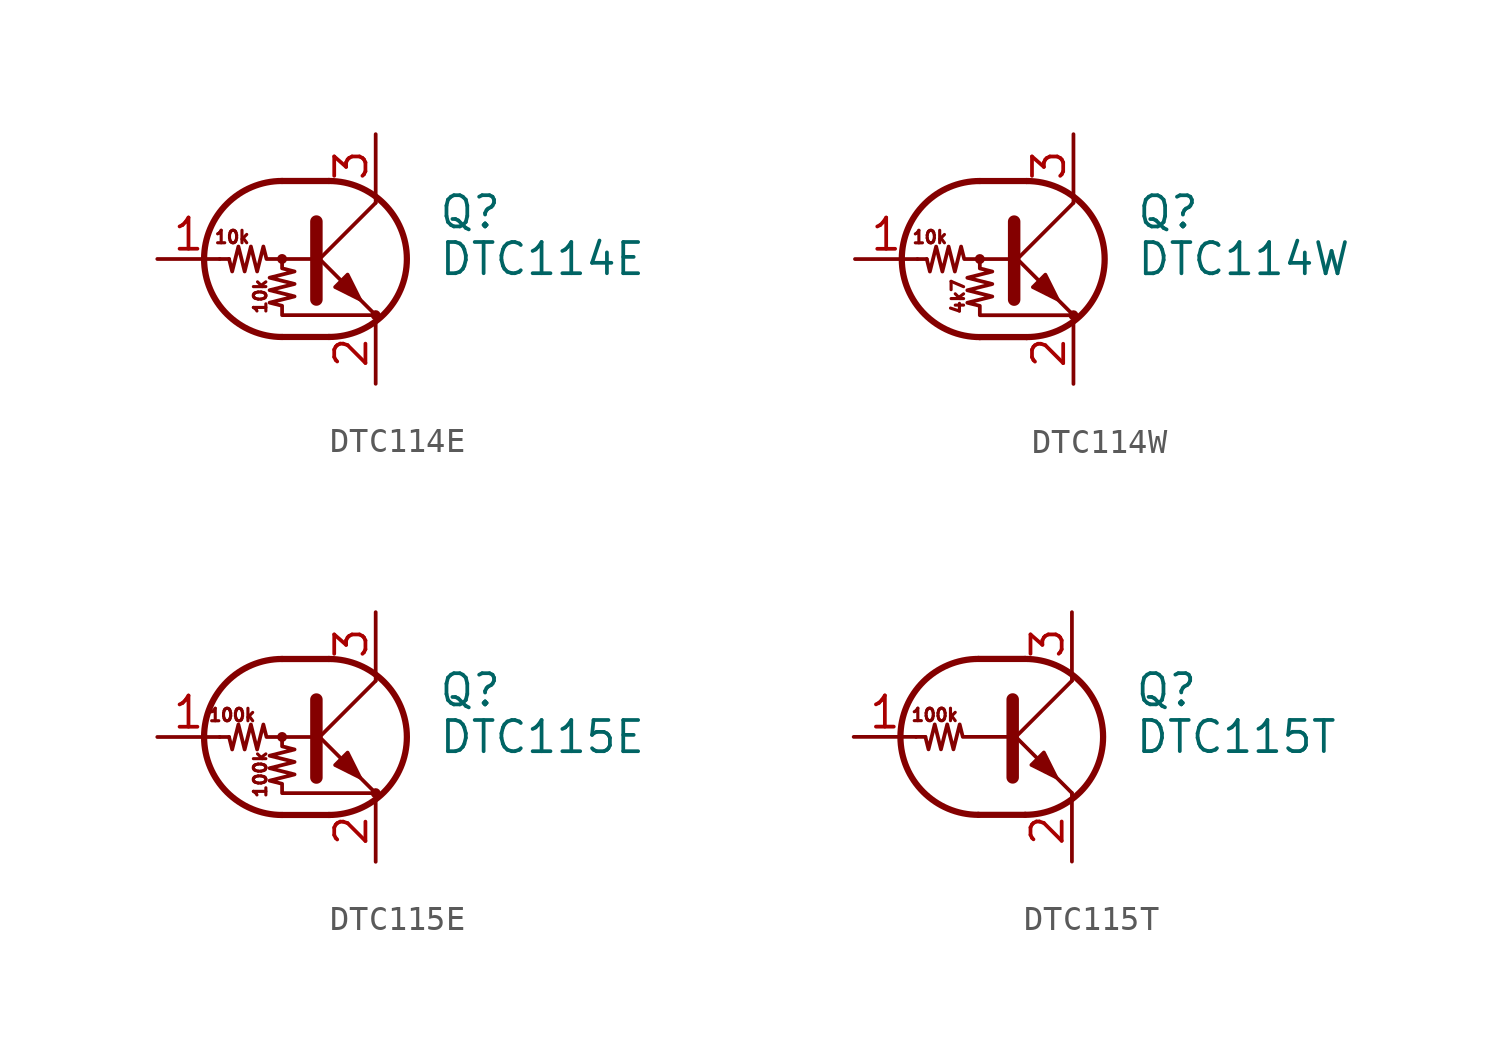
<source format=kicad_sym>
(kicad_symbol_lib
  (version 20241209)
  (generator "kicad_symbol_editor")
  (generator_version "9.0")
  (symbol "DTC114E"
    (pin_names
      (offset 0)
      (hide yes))
    (property "Reference" "Q"
      (at 5.08 1.905 0)
      (effects (font (size 1.27 1.27)) (justify left)))
    (property "Value" "DTC114E"
      (at 5.08 0 0)
      (effects (font (size 1.27 1.27)) (justify left)))
    (symbol "DTC114E_0_0"
      (text "10k" (at -3.302 0.889 0) (effects (font (size 0.508 0.508))))
      (text "10k" (at -2.159 -1.524 900) (effects (font (size 0.508 0.508)))))
    (symbol "DTC114E_0_1"
      (polyline (pts (xy -3.429 0) (xy -3.81 0)) (stroke (width 0) (type default)) (fill (type none)))
      (polyline (pts (xy -1.27 3.175) (xy 0.635 3.175)) (stroke (width 0.254) (type default)) (fill (type none)))
      (circle (center -1.27 0) (radius 0.127) (stroke (width 0) (type default)) (fill (type none)))
      (polyline (pts (xy -1.27 0) (xy -1.27 -0.381) (xy -0.762 -0.508) (xy -1.778 -0.762) (xy -0.762 -1.016) (xy -1.778 -1.27) (xy -0.762 -1.524) (xy -1.778 -1.778) (xy -1.27 -1.905) (xy -1.27 -2.286) (xy 2.54 -2.286)) (stroke (width 0) (type default)) (fill (type none)))
      (polyline (pts (xy -1.27 -3.175) (xy 0.635 -3.175)) (stroke (width 0.254) (type default)) (fill (type none)))
      (arc (start -1.27 -3.175) (mid -4.4312 0) (end -1.27 3.175) (stroke (width 0.254) (type default)) (fill (type none)))
      (polyline (pts (xy 0 0) (xy -1.905 0) (xy -2.032 0.508) (xy -2.286 -0.508) (xy -2.54 0.508) (xy -2.794 -0.508) (xy -3.048 0.508) (xy -3.302 -0.508) (xy -3.429 0)) (stroke (width 0) (type default)) (fill (type none)))
      (polyline (pts (xy 0 -0.254) (xy 2.54 2.286)) (stroke (width 0) (type default)) (fill (type none)))
      (polyline (pts (xy 0.127 1.524) (xy 0.127 -1.651)) (stroke (width 0.508) (type default)) (fill (type outline)))
      (arc (start 0.635 3.175) (mid 3.7962 0) (end 0.635 -3.175) (stroke (width 0.254) (type default)) (fill (type none)))
      (polyline (pts (xy 0.889 -1.143) (xy 1.397 -0.635) (xy 1.905 -1.651) (xy 0.889 -1.143)) (stroke (width 0) (type default)) (fill (type outline)))
      (polyline (pts (xy 2.54 2.286) (xy 2.54 2.54)) (stroke (width 0) (type default)) (fill (type none)))
      (polyline (pts (xy 2.54 -2.286) (xy 0 0.254) (xy 0 0.254)) (stroke (width 0) (type default)) (fill (type none)))
      (circle (center 2.54 -2.286) (radius 0.127) (stroke (width 0) (type default)) (fill (type none))))
    (symbol "DTC114E_1_1"
      (pin input line (at -6.35 0 0) (length 2.54) (name "B" (effects (font (size 1.27 1.27)))) (number "1" (effects (font (size 1.27 1.27)))))
      (pin passive line (at 2.54 5.08 270) (length 2.54) (name "C" (effects (font (size 1.27 1.27)))) (number "3" (effects (font (size 1.27 1.27)))))
      (pin passive line (at 2.54 -5.08 90) (length 2.54) (name "E" (effects (font (size 1.27 1.27)))) (number "2" (effects (font (size 1.27 1.27)))))))
  (symbol "DTC114W"
    (pin_names
      (offset 0)
      (hide yes))
    (property "Reference" "Q"
      (at 5.08 1.905 0)
      (effects (font (size 1.27 1.27)) (justify left)))
    (property "Value" "DTC114W"
      (at 5.08 0 0)
      (effects (font (size 1.27 1.27)) (justify left)))
    (symbol "DTC114W_0_0"
      (text "10k" (at -3.302 0.889 0) (effects (font (size 0.508 0.508))))
      (text "4k7" (at -2.159 -1.524 900) (effects (font (size 0.508 0.508)))))
    (symbol "DTC114W_0_1"
      (polyline (pts (xy -3.429 0) (xy -3.81 0)) (stroke (width 0) (type default)) (fill (type none)))
      (polyline (pts (xy -1.27 3.175) (xy 0.635 3.175)) (stroke (width 0.254) (type default)) (fill (type none)))
      (circle (center -1.27 0) (radius 0.127) (stroke (width 0) (type default)) (fill (type none)))
      (polyline (pts (xy -1.27 0) (xy -1.27 -0.381) (xy -0.762 -0.508) (xy -1.778 -0.762) (xy -0.762 -1.016) (xy -1.778 -1.27) (xy -0.762 -1.524) (xy -1.778 -1.778) (xy -1.27 -1.905) (xy -1.27 -2.286) (xy 2.54 -2.286)) (stroke (width 0) (type default)) (fill (type none)))
      (polyline (pts (xy -1.27 -3.175) (xy 0.635 -3.175)) (stroke (width 0.254) (type default)) (fill (type none)))
      (arc (start -1.27 -3.175) (mid -4.4312 0) (end -1.27 3.175) (stroke (width 0.254) (type default)) (fill (type none)))
      (polyline (pts (xy 0 0) (xy -1.905 0) (xy -2.032 0.508) (xy -2.286 -0.508) (xy -2.54 0.508) (xy -2.794 -0.508) (xy -3.048 0.508) (xy -3.302 -0.508) (xy -3.429 0)) (stroke (width 0) (type default)) (fill (type none)))
      (polyline (pts (xy 0 -0.254) (xy 2.54 2.286)) (stroke (width 0) (type default)) (fill (type none)))
      (polyline (pts (xy 0.127 1.524) (xy 0.127 -1.651)) (stroke (width 0.508) (type default)) (fill (type outline)))
      (arc (start 0.635 3.175) (mid 3.7962 0) (end 0.635 -3.175) (stroke (width 0.254) (type default)) (fill (type none)))
      (polyline (pts (xy 0.889 -1.143) (xy 1.397 -0.635) (xy 1.905 -1.651) (xy 0.889 -1.143)) (stroke (width 0) (type default)) (fill (type outline)))
      (polyline (pts (xy 2.54 2.286) (xy 2.54 2.54)) (stroke (width 0) (type default)) (fill (type none)))
      (polyline (pts (xy 2.54 -2.286) (xy 0 0.254) (xy 0 0.254)) (stroke (width 0) (type default)) (fill (type none)))
      (circle (center 2.54 -2.286) (radius 0.127) (stroke (width 0) (type default)) (fill (type none))))
    (symbol "DTC114W_1_1"
      (pin input line (at -6.35 0 0) (length 2.54) (name "B" (effects (font (size 1.27 1.27)))) (number "1" (effects (font (size 1.27 1.27)))))
      (pin passive line (at 2.54 5.08 270) (length 2.54) (name "C" (effects (font (size 1.27 1.27)))) (number "3" (effects (font (size 1.27 1.27)))))
      (pin passive line (at 2.54 -5.08 90) (length 2.54) (name "E" (effects (font (size 1.27 1.27)))) (number "2" (effects (font (size 1.27 1.27)))))))
  (symbol "DTC115E"
    (pin_names
      (offset 0)
      (hide yes))
    (property "Reference" "Q"
      (at 5.08 1.905 0)
      (effects (font (size 1.27 1.27)) (justify left)))
    (property "Value" "DTC115E"
      (at 5.08 0 0)
      (effects (font (size 1.27 1.27)) (justify left)))
    (symbol "DTC115E_0_0"
      (text "100k" (at -3.302 0.889 0) (effects (font (size 0.508 0.508))))
      (text "100k" (at -2.159 -1.524 900) (effects (font (size 0.508 0.508)))))
    (symbol "DTC115E_0_1"
      (polyline (pts (xy -3.429 0) (xy -3.81 0)) (stroke (width 0) (type default)) (fill (type none)))
      (polyline (pts (xy -1.27 3.175) (xy 0.635 3.175)) (stroke (width 0.254) (type default)) (fill (type none)))
      (circle (center -1.27 0) (radius 0.127) (stroke (width 0) (type default)) (fill (type none)))
      (polyline (pts (xy -1.27 0) (xy -1.27 -0.381) (xy -0.762 -0.508) (xy -1.778 -0.762) (xy -0.762 -1.016) (xy -1.778 -1.27) (xy -0.762 -1.524) (xy -1.778 -1.778) (xy -1.27 -1.905) (xy -1.27 -2.286) (xy 2.54 -2.286)) (stroke (width 0) (type default)) (fill (type none)))
      (polyline (pts (xy -1.27 -3.175) (xy 0.635 -3.175)) (stroke (width 0.254) (type default)) (fill (type none)))
      (arc (start -1.27 -3.175) (mid -4.4312 0) (end -1.27 3.175) (stroke (width 0.254) (type default)) (fill (type none)))
      (polyline (pts (xy 0 0) (xy -1.905 0) (xy -2.032 0.508) (xy -2.286 -0.508) (xy -2.54 0.508) (xy -2.794 -0.508) (xy -3.048 0.508) (xy -3.302 -0.508) (xy -3.429 0)) (stroke (width 0) (type default)) (fill (type none)))
      (polyline (pts (xy 0 -0.254) (xy 2.54 2.286)) (stroke (width 0) (type default)) (fill (type none)))
      (polyline (pts (xy 0.127 1.524) (xy 0.127 -1.651)) (stroke (width 0.508) (type default)) (fill (type outline)))
      (arc (start 0.635 3.175) (mid 3.7962 0) (end 0.635 -3.175) (stroke (width 0.254) (type default)) (fill (type none)))
      (polyline (pts (xy 0.889 -1.143) (xy 1.397 -0.635) (xy 1.905 -1.651) (xy 0.889 -1.143)) (stroke (width 0) (type default)) (fill (type outline)))
      (polyline (pts (xy 2.54 2.286) (xy 2.54 2.54)) (stroke (width 0) (type default)) (fill (type none)))
      (polyline (pts (xy 2.54 -2.286) (xy 0 0.254) (xy 0 0.254)) (stroke (width 0) (type default)) (fill (type none)))
      (circle (center 2.54 -2.286) (radius 0.127) (stroke (width 0) (type default)) (fill (type none))))
    (symbol "DTC115E_1_1"
      (pin input line (at -6.35 0 0) (length 2.54) (name "B" (effects (font (size 1.27 1.27)))) (number "1" (effects (font (size 1.27 1.27)))))
      (pin passive line (at 2.54 5.08 270) (length 2.54) (name "C" (effects (font (size 1.27 1.27)))) (number "3" (effects (font (size 1.27 1.27)))))
      (pin passive line (at 2.54 -5.08 90) (length 2.54) (name "E" (effects (font (size 1.27 1.27)))) (number "2" (effects (font (size 1.27 1.27)))))))
  (symbol "DTC115T"
    (pin_names
      (offset 0)
      (hide yes))
    (property "Reference" "Q"
      (at 5.08 1.905 0)
      (effects (font (size 1.27 1.27)) (justify left)))
    (property "Value" "DTC115T"
      (at 5.08 0 0)
      (effects (font (size 1.27 1.27)) (justify left)))
    (symbol "DTC115T_0_0"
      (polyline (pts (xy 2.54 -2.286) (xy 2.54 -2.54)) (stroke (width 0) (type default)) (fill (type none)))
      (text "100k" (at -3.048 0.889 0) (effects (font (size 0.508 0.508)))))
    (symbol "DTC115T_0_1"
      (polyline (pts (xy -3.429 0) (xy -3.81 0)) (stroke (width 0) (type default)) (fill (type none)))
      (polyline (pts (xy -1.27 3.175) (xy 0.635 3.175)) (stroke (width 0.254) (type default)) (fill (type none)))
      (polyline (pts (xy -1.27 -3.175) (xy 0.635 -3.175)) (stroke (width 0.254) (type default)) (fill (type none)))
      (arc (start -1.27 -3.175) (mid -4.4312 0) (end -1.27 3.175) (stroke (width 0.254) (type default)) (fill (type none)))
      (polyline (pts (xy 0 0) (xy -1.905 0) (xy -2.032 0.508) (xy -2.286 -0.508) (xy -2.54 0.508) (xy -2.794 -0.508) (xy -3.048 0.508) (xy -3.302 -0.508) (xy -3.429 0)) (stroke (width 0) (type default)) (fill (type none)))
      (polyline (pts (xy 0 -0.254) (xy 2.54 2.286)) (stroke (width 0) (type default)) (fill (type none)))
      (polyline (pts (xy 0.127 1.524) (xy 0.127 -1.651)) (stroke (width 0.508) (type default)) (fill (type outline)))
      (arc (start 0.635 3.175) (mid 3.7962 0) (end 0.635 -3.175) (stroke (width 0.254) (type default)) (fill (type none)))
      (polyline (pts (xy 0.889 -1.143) (xy 1.397 -0.635) (xy 1.905 -1.651) (xy 0.889 -1.143)) (stroke (width 0) (type default)) (fill (type outline)))
      (polyline (pts (xy 2.54 2.286) (xy 2.54 2.54)) (stroke (width 0) (type default)) (fill (type none)))
      (polyline (pts (xy 2.54 -2.286) (xy 0 0.254) (xy 0 0.254)) (stroke (width 0) (type default)) (fill (type none))))
    (symbol "DTC115T_1_1"
      (pin input line (at -6.35 0 0) (length 2.54) (name "B" (effects (font (size 1.27 1.27)))) (number "1" (effects (font (size 1.27 1.27)))))
      (pin passive line (at 2.54 5.08 270) (length 2.54) (name "C" (effects (font (size 1.27 1.27)))) (number "3" (effects (font (size 1.27 1.27)))))
      (pin passive line (at 2.54 -5.08 90) (length 2.54) (name "E" (effects (font (size 1.27 1.27)))) (number "2" (effects (font (size 1.27 1.27))))))))
</source>
